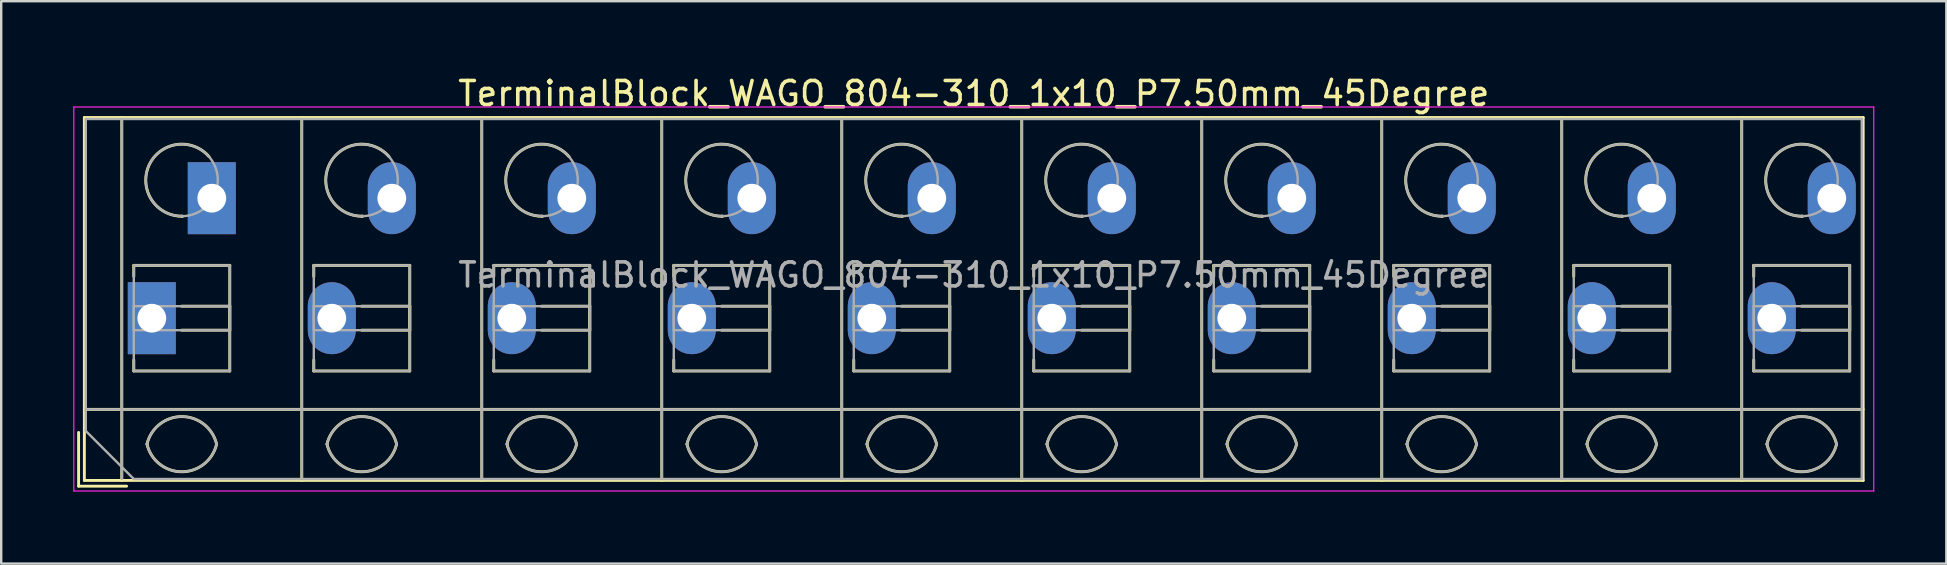
<source format=kicad_pcb>
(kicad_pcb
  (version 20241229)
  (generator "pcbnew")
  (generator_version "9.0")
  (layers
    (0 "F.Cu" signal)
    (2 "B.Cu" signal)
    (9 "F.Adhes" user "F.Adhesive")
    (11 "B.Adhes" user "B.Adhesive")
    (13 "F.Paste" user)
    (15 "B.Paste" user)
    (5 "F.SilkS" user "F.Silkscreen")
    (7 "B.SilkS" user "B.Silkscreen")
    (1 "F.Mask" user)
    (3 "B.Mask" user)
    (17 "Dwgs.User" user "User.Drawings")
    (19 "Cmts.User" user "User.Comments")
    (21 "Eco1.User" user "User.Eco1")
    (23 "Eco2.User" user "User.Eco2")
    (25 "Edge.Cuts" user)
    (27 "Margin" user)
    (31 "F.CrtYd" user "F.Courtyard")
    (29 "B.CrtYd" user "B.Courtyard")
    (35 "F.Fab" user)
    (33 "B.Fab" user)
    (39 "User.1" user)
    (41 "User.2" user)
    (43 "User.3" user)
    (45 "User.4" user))
  (footprint "TerminalBlock_WAGO_804-310_1x10_P7.50mm_45Degree"
    (layer "F.Cu")
    (at 3.275 10.208)
    (property "Reference" "TerminalBlock_WAGO_804-310_1x10_P7.50mm_45Degree" (at 34.25 -9.36 0) (layer "F.SilkS") (effects (font (size 1 1) (thickness 0.15))))
    (attr through_hole)
    (fp_line (start -3.05 4.76) (end -3.05 7) (stroke (width 0.12) (type solid)) (layer "F.SilkS"))
    (fp_line (start -3.05 7) (end -1.05 7) (stroke (width 0.12) (type solid)) (layer "F.SilkS"))
    (fp_line (start -2.81 -8.361) (end -2.81 6.76) (stroke (width 0.12) (type solid)) (layer "F.SilkS"))
    (fp_line (start -2.81 -8.361) (end 71.31 -8.361) (stroke (width 0.12) (type solid)) (layer "F.SilkS"))
    (fp_line (start -2.81 3.8) (end 71.31 3.8) (stroke (width 0.12) (type solid)) (layer "F.SilkS"))
    (fp_line (start -2.81 6.76) (end 71.31 6.76) (stroke (width 0.12) (type solid)) (layer "F.SilkS"))
    (fp_line (start -1.25 -8.361) (end -1.25 6.76) (stroke (width 0.12) (type solid)) (layer "F.SilkS"))
    (fp_line (start -0.75 -2.2) (end -0.75 -1.74) (stroke (width 0.12) (type solid)) (layer "F.SilkS"))
    (fp_line (start -0.75 -2.2) (end 3.25 -2.2) (stroke (width 0.12) (type solid)) (layer "F.SilkS"))
    (fp_line (start -0.75 1.74) (end -0.75 2.2) (stroke (width 0.12) (type solid)) (layer "F.SilkS"))
    (fp_line (start -0.75 2.2) (end 3.25 2.2) (stroke (width 0.12) (type solid)) (layer "F.SilkS"))
    (fp_line (start 1.24 -0.5) (end 3.25 -0.5) (stroke (width 0.12) (type solid)) (layer "F.SilkS"))
    (fp_line (start 1.24 0.5) (end 3.25 0.5) (stroke (width 0.12) (type solid)) (layer "F.SilkS"))
    (fp_line (start 3.25 -2.2) (end 3.25 2.2) (stroke (width 0.12) (type solid)) (layer "F.SilkS"))
    (fp_line (start 3.25 -0.5) (end 3.25 0.5) (stroke (width 0.12) (type solid)) (layer "F.SilkS"))
    (fp_line (start 6.25 -8.361) (end 6.25 6.76) (stroke (width 0.12) (type solid)) (layer "F.SilkS"))
    (fp_line (start 6.75 -2.2) (end 6.75 -1.74) (stroke (width 0.12) (type solid)) (layer "F.SilkS"))
    (fp_line (start 6.75 -2.2) (end 10.75 -2.2) (stroke (width 0.12) (type solid)) (layer "F.SilkS"))
    (fp_line (start 6.75 1.74) (end 6.75 2.2) (stroke (width 0.12) (type solid)) (layer "F.SilkS"))
    (fp_line (start 6.75 2.2) (end 10.75 2.2) (stroke (width 0.12) (type solid)) (layer "F.SilkS"))
    (fp_line (start 8.74 -0.5) (end 10.75 -0.5) (stroke (width 0.12) (type solid)) (layer "F.SilkS"))
    (fp_line (start 8.74 0.5) (end 10.75 0.5) (stroke (width 0.12) (type solid)) (layer "F.SilkS"))
    (fp_line (start 10.75 -2.2) (end 10.75 2.2) (stroke (width 0.12) (type solid)) (layer "F.SilkS"))
    (fp_line (start 10.75 -0.5) (end 10.75 0.5) (stroke (width 0.12) (type solid)) (layer "F.SilkS"))
    (fp_line (start 13.75 -8.361) (end 13.75 6.76) (stroke (width 0.12) (type solid)) (layer "F.SilkS"))
    (fp_line (start 14.25 -2.2) (end 14.25 -1.74) (stroke (width 0.12) (type solid)) (layer "F.SilkS"))
    (fp_line (start 14.25 -2.2) (end 18.25 -2.2) (stroke (width 0.12) (type solid)) (layer "F.SilkS"))
    (fp_line (start 14.25 1.74) (end 14.25 2.2) (stroke (width 0.12) (type solid)) (layer "F.SilkS"))
    (fp_line (start 14.25 2.2) (end 18.25 2.2) (stroke (width 0.12) (type solid)) (layer "F.SilkS"))
    (fp_line (start 16.24 -0.5) (end 18.25 -0.5) (stroke (width 0.12) (type solid)) (layer "F.SilkS"))
    (fp_line (start 16.24 0.5) (end 18.25 0.5) (stroke (width 0.12) (type solid)) (layer "F.SilkS"))
    (fp_line (start 18.25 -2.2) (end 18.25 2.2) (stroke (width 0.12) (type solid)) (layer "F.SilkS"))
    (fp_line (start 18.25 -0.5) (end 18.25 0.5) (stroke (width 0.12) (type solid)) (layer "F.SilkS"))
    (fp_line (start 21.25 -8.361) (end 21.25 6.76) (stroke (width 0.12) (type solid)) (layer "F.SilkS"))
    (fp_line (start 21.75 -2.2) (end 21.75 -1.74) (stroke (width 0.12) (type solid)) (layer "F.SilkS"))
    (fp_line (start 21.75 -2.2) (end 25.75 -2.2) (stroke (width 0.12) (type solid)) (layer "F.SilkS"))
    (fp_line (start 21.75 1.74) (end 21.75 2.2) (stroke (width 0.12) (type solid)) (layer "F.SilkS"))
    (fp_line (start 21.75 2.2) (end 25.75 2.2) (stroke (width 0.12) (type solid)) (layer "F.SilkS"))
    (fp_line (start 23.74 -0.5) (end 25.75 -0.5) (stroke (width 0.12) (type solid)) (layer "F.SilkS"))
    (fp_line (start 23.74 0.5) (end 25.75 0.5) (stroke (width 0.12) (type solid)) (layer "F.SilkS"))
    (fp_line (start 25.75 -2.2) (end 25.75 2.2) (stroke (width 0.12) (type solid)) (layer "F.SilkS"))
    (fp_line (start 25.75 -0.5) (end 25.75 0.5) (stroke (width 0.12) (type solid)) (layer "F.SilkS"))
    (fp_line (start 28.75 -8.361) (end 28.75 6.76) (stroke (width 0.12) (type solid)) (layer "F.SilkS"))
    (fp_line (start 29.25 -2.2) (end 29.25 -1.74) (stroke (width 0.12) (type solid)) (layer "F.SilkS"))
    (fp_line (start 29.25 -2.2) (end 33.25 -2.2) (stroke (width 0.12) (type solid)) (layer "F.SilkS"))
    (fp_line (start 29.25 1.74) (end 29.25 2.2) (stroke (width 0.12) (type solid)) (layer "F.SilkS"))
    (fp_line (start 29.25 2.2) (end 33.25 2.2) (stroke (width 0.12) (type solid)) (layer "F.SilkS"))
    (fp_line (start 31.24 -0.5) (end 33.25 -0.5) (stroke (width 0.12) (type solid)) (layer "F.SilkS"))
    (fp_line (start 31.24 0.5) (end 33.25 0.5) (stroke (width 0.12) (type solid)) (layer "F.SilkS"))
    (fp_line (start 33.25 -2.2) (end 33.25 2.2) (stroke (width 0.12) (type solid)) (layer "F.SilkS"))
    (fp_line (start 33.25 -0.5) (end 33.25 0.5) (stroke (width 0.12) (type solid)) (layer "F.SilkS"))
    (fp_line (start 36.25 -8.361) (end 36.25 6.76) (stroke (width 0.12) (type solid)) (layer "F.SilkS"))
    (fp_line (start 36.75 -2.2) (end 36.75 -1.74) (stroke (width 0.12) (type solid)) (layer "F.SilkS"))
    (fp_line (start 36.75 -2.2) (end 40.75 -2.2) (stroke (width 0.12) (type solid)) (layer "F.SilkS"))
    (fp_line (start 36.75 1.74) (end 36.75 2.2) (stroke (width 0.12) (type solid)) (layer "F.SilkS"))
    (fp_line (start 36.75 2.2) (end 40.75 2.2) (stroke (width 0.12) (type solid)) (layer "F.SilkS"))
    (fp_line (start 38.74 -0.5) (end 40.75 -0.5) (stroke (width 0.12) (type solid)) (layer "F.SilkS"))
    (fp_line (start 38.74 0.5) (end 40.75 0.5) (stroke (width 0.12) (type solid)) (layer "F.SilkS"))
    (fp_line (start 40.75 -2.2) (end 40.75 2.2) (stroke (width 0.12) (type solid)) (layer "F.SilkS"))
    (fp_line (start 40.75 -0.5) (end 40.75 0.5) (stroke (width 0.12) (type solid)) (layer "F.SilkS"))
    (fp_line (start 43.75 -8.361) (end 43.75 6.76) (stroke (width 0.12) (type solid)) (layer "F.SilkS"))
    (fp_line (start 44.25 -2.2) (end 44.25 -1.74) (stroke (width 0.12) (type solid)) (layer "F.SilkS"))
    (fp_line (start 44.25 -2.2) (end 48.25 -2.2) (stroke (width 0.12) (type solid)) (layer "F.SilkS"))
    (fp_line (start 44.25 1.74) (end 44.25 2.2) (stroke (width 0.12) (type solid)) (layer "F.SilkS"))
    (fp_line (start 44.25 2.2) (end 48.25 2.2) (stroke (width 0.12) (type solid)) (layer "F.SilkS"))
    (fp_line (start 46.24 -0.5) (end 48.25 -0.5) (stroke (width 0.12) (type solid)) (layer "F.SilkS"))
    (fp_line (start 46.24 0.5) (end 48.25 0.5) (stroke (width 0.12) (type solid)) (layer "F.SilkS"))
    (fp_line (start 48.25 -2.2) (end 48.25 2.2) (stroke (width 0.12) (type solid)) (layer "F.SilkS"))
    (fp_line (start 48.25 -0.5) (end 48.25 0.5) (stroke (width 0.12) (type solid)) (layer "F.SilkS"))
    (fp_line (start 51.25 -8.361) (end 51.25 6.76) (stroke (width 0.12) (type solid)) (layer "F.SilkS"))
    (fp_line (start 51.75 -2.2) (end 51.75 -1.74) (stroke (width 0.12) (type solid)) (layer "F.SilkS"))
    (fp_line (start 51.75 -2.2) (end 55.75 -2.2) (stroke (width 0.12) (type solid)) (layer "F.SilkS"))
    (fp_line (start 51.75 1.74) (end 51.75 2.2) (stroke (width 0.12) (type solid)) (layer "F.SilkS"))
    (fp_line (start 51.75 2.2) (end 55.75 2.2) (stroke (width 0.12) (type solid)) (layer "F.SilkS"))
    (fp_line (start 53.74 -0.5) (end 55.75 -0.5) (stroke (width 0.12) (type solid)) (layer "F.SilkS"))
    (fp_line (start 53.74 0.5) (end 55.75 0.5) (stroke (width 0.12) (type solid)) (layer "F.SilkS"))
    (fp_line (start 55.75 -2.2) (end 55.75 2.2) (stroke (width 0.12) (type solid)) (layer "F.SilkS"))
    (fp_line (start 55.75 -0.5) (end 55.75 0.5) (stroke (width 0.12) (type solid)) (layer "F.SilkS"))
    (fp_line (start 58.75 -8.361) (end 58.75 6.76) (stroke (width 0.12) (type solid)) (layer "F.SilkS"))
    (fp_line (start 59.25 -2.2) (end 59.25 -1.74) (stroke (width 0.12) (type solid)) (layer "F.SilkS"))
    (fp_line (start 59.25 -2.2) (end 63.25 -2.2) (stroke (width 0.12) (type solid)) (layer "F.SilkS"))
    (fp_line (start 59.25 1.74) (end 59.25 2.2) (stroke (width 0.12) (type solid)) (layer "F.SilkS"))
    (fp_line (start 59.25 2.2) (end 63.25 2.2) (stroke (width 0.12) (type solid)) (layer "F.SilkS"))
    (fp_line (start 61.24 -0.5) (end 63.25 -0.5) (stroke (width 0.12) (type solid)) (layer "F.SilkS"))
    (fp_line (start 61.24 0.5) (end 63.25 0.5) (stroke (width 0.12) (type solid)) (layer "F.SilkS"))
    (fp_line (start 63.25 -2.2) (end 63.25 2.2) (stroke (width 0.12) (type solid)) (layer "F.SilkS"))
    (fp_line (start 63.25 -0.5) (end 63.25 0.5) (stroke (width 0.12) (type solid)) (layer "F.SilkS"))
    (fp_line (start 66.25 -8.361) (end 66.25 6.76) (stroke (width 0.12) (type solid)) (layer "F.SilkS"))
    (fp_line (start 66.75 -2.2) (end 66.75 -1.74) (stroke (width 0.12) (type solid)) (layer "F.SilkS"))
    (fp_line (start 66.75 -2.2) (end 70.75 -2.2) (stroke (width 0.12) (type solid)) (layer "F.SilkS"))
    (fp_line (start 66.75 1.74) (end 66.75 2.2) (stroke (width 0.12) (type solid)) (layer "F.SilkS"))
    (fp_line (start 66.75 2.2) (end 70.75 2.2) (stroke (width 0.12) (type solid)) (layer "F.SilkS"))
    (fp_line (start 68.74 -0.5) (end 70.75 -0.5) (stroke (width 0.12) (type solid)) (layer "F.SilkS"))
    (fp_line (start 68.74 0.5) (end 70.75 0.5) (stroke (width 0.12) (type solid)) (layer "F.SilkS"))
    (fp_line (start 70.75 -2.2) (end 70.75 2.2) (stroke (width 0.12) (type solid)) (layer "F.SilkS"))
    (fp_line (start 70.75 -0.5) (end 70.75 0.5) (stroke (width 0.12) (type solid)) (layer "F.SilkS"))
    (fp_line (start 71.31 -8.361) (end 71.31 6.76) (stroke (width 0.12) (type solid)) (layer "F.SilkS"))
    (fp_arc (start -0.200865 5.250424) (mid 1.250296 4.099926) (end 2.701 5.251) (stroke (width 0.12) (type solid)) (layer "F.SilkS"))
    (fp_arc (start 1.276179 -4.250228) (mid 1.26309 -4.250057) (end 1.25 -4.25) (stroke (width 0.12) (type solid)) (layer "F.SilkS"))
    (fp_arc (start 1.276275 -4.248926) (mid -0.121539 -6.360568) (end 2.383 -6.735) (stroke (width 0.12) (type solid)) (layer "F.SilkS"))
    (fp_arc (start 2.7 5.25) (mid 1.250068 6.400101) (end -0.199969 5.250133) (stroke (width 0.12) (type solid)) (layer "F.SilkS"))
    (fp_arc (start 7.299135 5.250424) (mid 8.750296 4.099926) (end 10.201 5.251) (stroke (width 0.12) (type solid)) (layer "F.SilkS"))
    (fp_arc (start 8.776179 -4.250228) (mid 8.76309 -4.250057) (end 8.75 -4.25) (stroke (width 0.12) (type solid)) (layer "F.SilkS"))
    (fp_arc (start 8.776275 -4.248926) (mid 7.378461 -6.360568) (end 9.883 -6.735) (stroke (width 0.12) (type solid)) (layer "F.SilkS"))
    (fp_arc (start 10.2 5.25) (mid 8.750068 6.400101) (end 7.300031 5.250133) (stroke (width 0.12) (type solid)) (layer "F.SilkS"))
    (fp_arc (start 14.799135 5.250424) (mid 16.250296 4.099926) (end 17.701 5.251) (stroke (width 0.12) (type solid)) (layer "F.SilkS"))
    (fp_arc (start 16.276179 -4.250228) (mid 16.26309 -4.250057) (end 16.25 -4.25) (stroke (width 0.12) (type solid)) (layer "F.SilkS"))
    (fp_arc (start 16.276275 -4.248926) (mid 14.878461 -6.360568) (end 17.383 -6.735) (stroke (width 0.12) (type solid)) (layer "F.SilkS"))
    (fp_arc (start 17.7 5.25) (mid 16.250068 6.400101) (end 14.800031 5.250133) (stroke (width 0.12) (type solid)) (layer "F.SilkS"))
    (fp_arc (start 22.299135 5.250424) (mid 23.750296 4.099926) (end 25.201 5.251) (stroke (width 0.12) (type solid)) (layer "F.SilkS"))
    (fp_arc (start 23.776179 -4.250228) (mid 23.76309 -4.250057) (end 23.75 -4.25) (stroke (width 0.12) (type solid)) (layer "F.SilkS"))
    (fp_arc (start 23.776275 -4.248926) (mid 22.378461 -6.360568) (end 24.883 -6.735) (stroke (width 0.12) (type solid)) (layer "F.SilkS"))
    (fp_arc (start 25.2 5.25) (mid 23.750068 6.400101) (end 22.300031 5.250133) (stroke (width 0.12) (type solid)) (layer "F.SilkS"))
    (fp_arc (start 29.799135 5.250424) (mid 31.250296 4.099926) (end 32.701 5.251) (stroke (width 0.12) (type solid)) (layer "F.SilkS"))
    (fp_arc (start 31.276179 -4.250228) (mid 31.26309 -4.250057) (end 31.25 -4.25) (stroke (width 0.12) (type solid)) (layer "F.SilkS"))
    (fp_arc (start 31.276275 -4.248926) (mid 29.878461 -6.360568) (end 32.383 -6.735) (stroke (width 0.12) (type solid)) (layer "F.SilkS"))
    (fp_arc (start 32.701 5.25) (mid 31.250296 6.401074) (end 29.799135 5.250576) (stroke (width 0.12) (type solid)) (layer "F.SilkS"))
    (fp_arc (start 37.299135 5.250424) (mid 38.750296 4.099926) (end 40.201 5.251) (stroke (width 0.12) (type solid)) (layer "F.SilkS"))
    (fp_arc (start 38.776179 -4.250228) (mid 38.76309 -4.250057) (end 38.75 -4.25) (stroke (width 0.12) (type solid)) (layer "F.SilkS"))
    (fp_arc (start 38.776275 -4.248926) (mid 37.378461 -6.360568) (end 39.883 -6.735) (stroke (width 0.12) (type solid)) (layer "F.SilkS"))
    (fp_arc (start 40.2 5.25) (mid 38.750068 6.400101) (end 37.300031 5.250133) (stroke (width 0.12) (type solid)) (layer "F.SilkS"))
    (fp_arc (start 44.799135 5.250424) (mid 46.250296 4.099926) (end 47.701 5.251) (stroke (width 0.12) (type solid)) (layer "F.SilkS"))
    (fp_arc (start 46.276179 -4.250228) (mid 46.26309 -4.250057) (end 46.25 -4.25) (stroke (width 0.12) (type solid)) (layer "F.SilkS"))
    (fp_arc (start 46.276275 -4.248926) (mid 44.878461 -6.360568) (end 47.383 -6.735) (stroke (width 0.12) (type solid)) (layer "F.SilkS"))
    (fp_arc (start 47.7 5.25) (mid 46.250068 6.400101) (end 44.800031 5.250133) (stroke (width 0.12) (type solid)) (layer "F.SilkS"))
    (fp_arc (start 52.299135 5.250424) (mid 53.750296 4.099926) (end 55.201 5.251) (stroke (width 0.12) (type solid)) (layer "F.SilkS"))
    (fp_arc (start 53.776179 -4.250228) (mid 53.76309 -4.250057) (end 53.75 -4.25) (stroke (width 0.12) (type solid)) (layer "F.SilkS"))
    (fp_arc (start 53.776275 -4.248926) (mid 52.378461 -6.360568) (end 54.883 -6.735) (stroke (width 0.12) (type solid)) (layer "F.SilkS"))
    (fp_arc (start 55.2 5.25) (mid 53.750068 6.400101) (end 52.300031 5.250133) (stroke (width 0.12) (type solid)) (layer "F.SilkS"))
    (fp_arc (start 59.799135 5.250424) (mid 61.250296 4.099926) (end 62.701 5.251) (stroke (width 0.12) (type solid)) (layer "F.SilkS"))
    (fp_arc (start 61.276179 -4.250228) (mid 61.26309 -4.250057) (end 61.25 -4.25) (stroke (width 0.12) (type solid)) (layer "F.SilkS"))
    (fp_arc (start 61.276275 -4.248926) (mid 59.878461 -6.360568) (end 62.383 -6.735) (stroke (width 0.12) (type solid)) (layer "F.SilkS"))
    (fp_arc (start 62.7 5.25) (mid 61.250068 6.400101) (end 59.800031 5.250133) (stroke (width 0.12) (type solid)) (layer "F.SilkS"))
    (fp_arc (start 67.299135 5.250424) (mid 68.750296 4.099926) (end 70.201 5.251) (stroke (width 0.12) (type solid)) (layer "F.SilkS"))
    (fp_arc (start 68.776179 -4.250228) (mid 68.76309 -4.250057) (end 68.75 -4.25) (stroke (width 0.12) (type solid)) (layer "F.SilkS"))
    (fp_arc (start 68.776275 -4.248926) (mid 67.378461 -6.360568) (end 69.883 -6.735) (stroke (width 0.12) (type solid)) (layer "F.SilkS"))
    (fp_arc (start 70.2 5.25) (mid 68.750068 6.400101) (end 67.300031 5.250133) (stroke (width 0.12) (type solid)) (layer "F.SilkS"))
    (fp_line (start -3.25 -8.8) (end -3.25 7.2) (stroke (width 0.05) (type solid)) (layer "F.CrtYd"))
    (fp_line (start -3.25 7.2) (end 71.75 7.2) (stroke (width 0.05) (type solid)) (layer "F.CrtYd"))
    (fp_line (start 71.75 -8.8) (end -3.25 -8.8) (stroke (width 0.05) (type solid)) (layer "F.CrtYd"))
    (fp_line (start 71.75 7.2) (end 71.75 -8.8) (stroke (width 0.05) (type solid)) (layer "F.CrtYd"))
    (fp_line (start -2.75 -8.3) (end 71.25 -8.3) (stroke (width 0.1) (type solid)) (layer "F.Fab"))
    (fp_line (start -2.75 3.8) (end 71.25 3.8) (stroke (width 0.1) (type solid)) (layer "F.Fab"))
    (fp_line (start -2.75 4.7) (end -2.75 -8.3) (stroke (width 0.1) (type solid)) (layer "F.Fab"))
    (fp_line (start -1.25 -8.3) (end -1.25 6.7) (stroke (width 0.1) (type solid)) (layer "F.Fab"))
    (fp_line (start -0.75 -2.2) (end -0.75 2.2) (stroke (width 0.1) (type solid)) (layer "F.Fab"))
    (fp_line (start -0.75 -0.5) (end -0.75 0.5) (stroke (width 0.1) (type solid)) (layer "F.Fab"))
    (fp_line (start -0.75 0.5) (end 3.25 0.5) (stroke (width 0.1) (type solid)) (layer "F.Fab"))
    (fp_line (start -0.75 2.2) (end 3.25 2.2) (stroke (width 0.1) (type solid)) (layer "F.Fab"))
    (fp_line (start -0.75 6.7) (end -2.75 4.7) (stroke (width 0.1) (type solid)) (layer "F.Fab"))
    (fp_line (start 3.25 -2.2) (end -0.75 -2.2) (stroke (width 0.1) (type solid)) (layer "F.Fab"))
    (fp_line (start 3.25 -0.5) (end -0.75 -0.5) (stroke (width 0.1) (type solid)) (layer "F.Fab"))
    (fp_line (start 3.25 0.5) (end 3.25 -0.5) (stroke (width 0.1) (type solid)) (layer "F.Fab"))
    (fp_line (start 3.25 2.2) (end 3.25 -2.2) (stroke (width 0.1) (type solid)) (layer "F.Fab"))
    (fp_line (start 6.25 -8.3) (end 6.25 6.7) (stroke (width 0.1) (type solid)) (layer "F.Fab"))
    (fp_line (start 6.75 -2.2) (end 6.75 2.2) (stroke (width 0.1) (type solid)) (layer "F.Fab"))
    (fp_line (start 6.75 -0.5) (end 6.75 0.5) (stroke (width 0.1) (type solid)) (layer "F.Fab"))
    (fp_line (start 6.75 0.5) (end 10.75 0.5) (stroke (width 0.1) (type solid)) (layer "F.Fab"))
    (fp_line (start 6.75 2.2) (end 10.75 2.2) (stroke (width 0.1) (type solid)) (layer "F.Fab"))
    (fp_line (start 10.75 -2.2) (end 6.75 -2.2) (stroke (width 0.1) (type solid)) (layer "F.Fab"))
    (fp_line (start 10.75 -0.5) (end 6.75 -0.5) (stroke (width 0.1) (type solid)) (layer "F.Fab"))
    (fp_line (start 10.75 0.5) (end 10.75 -0.5) (stroke (width 0.1) (type solid)) (layer "F.Fab"))
    (fp_line (start 10.75 2.2) (end 10.75 -2.2) (stroke (width 0.1) (type solid)) (layer "F.Fab"))
    (fp_line (start 13.75 -8.3) (end 13.75 6.7) (stroke (width 0.1) (type solid)) (layer "F.Fab"))
    (fp_line (start 14.25 -2.2) (end 14.25 2.2) (stroke (width 0.1) (type solid)) (layer "F.Fab"))
    (fp_line (start 14.25 -0.5) (end 14.25 0.5) (stroke (width 0.1) (type solid)) (layer "F.Fab"))
    (fp_line (start 14.25 0.5) (end 18.25 0.5) (stroke (width 0.1) (type solid)) (layer "F.Fab"))
    (fp_line (start 14.25 2.2) (end 18.25 2.2) (stroke (width 0.1) (type solid)) (layer "F.Fab"))
    (fp_line (start 18.25 -2.2) (end 14.25 -2.2) (stroke (width 0.1) (type solid)) (layer "F.Fab"))
    (fp_line (start 18.25 -0.5) (end 14.25 -0.5) (stroke (width 0.1) (type solid)) (layer "F.Fab"))
    (fp_line (start 18.25 0.5) (end 18.25 -0.5) (stroke (width 0.1) (type solid)) (layer "F.Fab"))
    (fp_line (start 18.25 2.2) (end 18.25 -2.2) (stroke (width 0.1) (type solid)) (layer "F.Fab"))
    (fp_line (start 21.25 -8.3) (end 21.25 6.7) (stroke (width 0.1) (type solid)) (layer "F.Fab"))
    (fp_line (start 21.75 -2.2) (end 21.75 2.2) (stroke (width 0.1) (type solid)) (layer "F.Fab"))
    (fp_line (start 21.75 -0.5) (end 21.75 0.5) (stroke (width 0.1) (type solid)) (layer "F.Fab"))
    (fp_line (start 21.75 0.5) (end 25.75 0.5) (stroke (width 0.1) (type solid)) (layer "F.Fab"))
    (fp_line (start 21.75 2.2) (end 25.75 2.2) (stroke (width 0.1) (type solid)) (layer "F.Fab"))
    (fp_line (start 25.75 -2.2) (end 21.75 -2.2) (stroke (width 0.1) (type solid)) (layer "F.Fab"))
    (fp_line (start 25.75 -0.5) (end 21.75 -0.5) (stroke (width 0.1) (type solid)) (layer "F.Fab"))
    (fp_line (start 25.75 0.5) (end 25.75 -0.5) (stroke (width 0.1) (type solid)) (layer "F.Fab"))
    (fp_line (start 25.75 2.2) (end 25.75 -2.2) (stroke (width 0.1) (type solid)) (layer "F.Fab"))
    (fp_line (start 28.75 -8.3) (end 28.75 6.7) (stroke (width 0.1) (type solid)) (layer "F.Fab"))
    (fp_line (start 29.25 -2.2) (end 29.25 2.2) (stroke (width 0.1) (type solid)) (layer "F.Fab"))
    (fp_line (start 29.25 -0.5) (end 29.25 0.5) (stroke (width 0.1) (type solid)) (layer "F.Fab"))
    (fp_line (start 29.25 0.5) (end 33.25 0.5) (stroke (width 0.1) (type solid)) (layer "F.Fab"))
    (fp_line (start 29.25 2.2) (end 33.25 2.2) (stroke (width 0.1) (type solid)) (layer "F.Fab"))
    (fp_line (start 33.25 -2.2) (end 29.25 -2.2) (stroke (width 0.1) (type solid)) (layer "F.Fab"))
    (fp_line (start 33.25 -0.5) (end 29.25 -0.5) (stroke (width 0.1) (type solid)) (layer "F.Fab"))
    (fp_line (start 33.25 0.5) (end 33.25 -0.5) (stroke (width 0.1) (type solid)) (layer "F.Fab"))
    (fp_line (start 33.25 2.2) (end 33.25 -2.2) (stroke (width 0.1) (type solid)) (layer "F.Fab"))
    (fp_line (start 36.25 -8.3) (end 36.25 6.7) (stroke (width 0.1) (type solid)) (layer "F.Fab"))
    (fp_line (start 36.75 -2.2) (end 36.75 2.2) (stroke (width 0.1) (type solid)) (layer "F.Fab"))
    (fp_line (start 36.75 -0.5) (end 36.75 0.5) (stroke (width 0.1) (type solid)) (layer "F.Fab"))
    (fp_line (start 36.75 0.5) (end 40.75 0.5) (stroke (width 0.1) (type solid)) (layer "F.Fab"))
    (fp_line (start 36.75 2.2) (end 40.75 2.2) (stroke (width 0.1) (type solid)) (layer "F.Fab"))
    (fp_line (start 40.75 -2.2) (end 36.75 -2.2) (stroke (width 0.1) (type solid)) (layer "F.Fab"))
    (fp_line (start 40.75 -0.5) (end 36.75 -0.5) (stroke (width 0.1) (type solid)) (layer "F.Fab"))
    (fp_line (start 40.75 0.5) (end 40.75 -0.5) (stroke (width 0.1) (type solid)) (layer "F.Fab"))
    (fp_line (start 40.75 2.2) (end 40.75 -2.2) (stroke (width 0.1) (type solid)) (layer "F.Fab"))
    (fp_line (start 43.75 -8.3) (end 43.75 6.7) (stroke (width 0.1) (type solid)) (layer "F.Fab"))
    (fp_line (start 44.25 -2.2) (end 44.25 2.2) (stroke (width 0.1) (type solid)) (layer "F.Fab"))
    (fp_line (start 44.25 -0.5) (end 44.25 0.5) (stroke (width 0.1) (type solid)) (layer "F.Fab"))
    (fp_line (start 44.25 0.5) (end 48.25 0.5) (stroke (width 0.1) (type solid)) (layer "F.Fab"))
    (fp_line (start 44.25 2.2) (end 48.25 2.2) (stroke (width 0.1) (type solid)) (layer "F.Fab"))
    (fp_line (start 48.25 -2.2) (end 44.25 -2.2) (stroke (width 0.1) (type solid)) (layer "F.Fab"))
    (fp_line (start 48.25 -0.5) (end 44.25 -0.5) (stroke (width 0.1) (type solid)) (layer "F.Fab"))
    (fp_line (start 48.25 0.5) (end 48.25 -0.5) (stroke (width 0.1) (type solid)) (layer "F.Fab"))
    (fp_line (start 48.25 2.2) (end 48.25 -2.2) (stroke (width 0.1) (type solid)) (layer "F.Fab"))
    (fp_line (start 51.25 -8.3) (end 51.25 6.7) (stroke (width 0.1) (type solid)) (layer "F.Fab"))
    (fp_line (start 51.75 -2.2) (end 51.75 2.2) (stroke (width 0.1) (type solid)) (layer "F.Fab"))
    (fp_line (start 51.75 -0.5) (end 51.75 0.5) (stroke (width 0.1) (type solid)) (layer "F.Fab"))
    (fp_line (start 51.75 0.5) (end 55.75 0.5) (stroke (width 0.1) (type solid)) (layer "F.Fab"))
    (fp_line (start 51.75 2.2) (end 55.75 2.2) (stroke (width 0.1) (type solid)) (layer "F.Fab"))
    (fp_line (start 55.75 -2.2) (end 51.75 -2.2) (stroke (width 0.1) (type solid)) (layer "F.Fab"))
    (fp_line (start 55.75 -0.5) (end 51.75 -0.5) (stroke (width 0.1) (type solid)) (layer "F.Fab"))
    (fp_line (start 55.75 0.5) (end 55.75 -0.5) (stroke (width 0.1) (type solid)) (layer "F.Fab"))
    (fp_line (start 55.75 2.2) (end 55.75 -2.2) (stroke (width 0.1) (type solid)) (layer "F.Fab"))
    (fp_line (start 58.75 -8.3) (end 58.75 6.7) (stroke (width 0.1) (type solid)) (layer "F.Fab"))
    (fp_line (start 59.25 -2.2) (end 59.25 2.2) (stroke (width 0.1) (type solid)) (layer "F.Fab"))
    (fp_line (start 59.25 -0.5) (end 59.25 0.5) (stroke (width 0.1) (type solid)) (layer "F.Fab"))
    (fp_line (start 59.25 0.5) (end 63.25 0.5) (stroke (width 0.1) (type solid)) (layer "F.Fab"))
    (fp_line (start 59.25 2.2) (end 63.25 2.2) (stroke (width 0.1) (type solid)) (layer "F.Fab"))
    (fp_line (start 63.25 -2.2) (end 59.25 -2.2) (stroke (width 0.1) (type solid)) (layer "F.Fab"))
    (fp_line (start 63.25 -0.5) (end 59.25 -0.5) (stroke (width 0.1) (type solid)) (layer "F.Fab"))
    (fp_line (start 63.25 0.5) (end 63.25 -0.5) (stroke (width 0.1) (type solid)) (layer "F.Fab"))
    (fp_line (start 63.25 2.2) (end 63.25 -2.2) (stroke (width 0.1) (type solid)) (layer "F.Fab"))
    (fp_line (start 66.25 -8.3) (end 66.25 6.7) (stroke (width 0.1) (type solid)) (layer "F.Fab"))
    (fp_line (start 66.75 -2.2) (end 66.75 2.2) (stroke (width 0.1) (type solid)) (layer "F.Fab"))
    (fp_line (start 66.75 -0.5) (end 66.75 0.5) (stroke (width 0.1) (type solid)) (layer "F.Fab"))
    (fp_line (start 66.75 0.5) (end 70.75 0.5) (stroke (width 0.1) (type solid)) (layer "F.Fab"))
    (fp_line (start 66.75 2.2) (end 70.75 2.2) (stroke (width 0.1) (type solid)) (layer "F.Fab"))
    (fp_line (start 70.75 -2.2) (end 66.75 -2.2) (stroke (width 0.1) (type solid)) (layer "F.Fab"))
    (fp_line (start 70.75 -0.5) (end 66.75 -0.5) (stroke (width 0.1) (type solid)) (layer "F.Fab"))
    (fp_line (start 70.75 0.5) (end 70.75 -0.5) (stroke (width 0.1) (type solid)) (layer "F.Fab"))
    (fp_line (start 70.75 2.2) (end 70.75 -2.2) (stroke (width 0.1) (type solid)) (layer "F.Fab"))
    (fp_line (start 71.25 -8.3) (end 71.25 6.7) (stroke (width 0.1) (type solid)) (layer "F.Fab"))
    (fp_line (start 71.25 6.7) (end -0.75 6.7) (stroke (width 0.1) (type solid)) (layer "F.Fab"))
    (fp_arc (start -0.200865 5.250424) (mid 1.250296 4.099926) (end 2.701 5.251) (stroke (width 0.1) (type solid)) (layer "F.Fab"))
    (fp_arc (start 2.7 5.25) (mid 1.250068 6.400101) (end -0.199969 5.250133) (stroke (width 0.1) (type solid)) (layer "F.Fab"))
    (fp_arc (start 7.299135 5.250424) (mid 8.750296 4.099926) (end 10.201 5.251) (stroke (width 0.1) (type solid)) (layer "F.Fab"))
    (fp_arc (start 10.2 5.25) (mid 8.750068 6.400101) (end 7.300031 5.250133) (stroke (width 0.1) (type solid)) (layer "F.Fab"))
    (fp_arc (start 14.799135 5.250424) (mid 16.250296 4.099926) (end 17.701 5.251) (stroke (width 0.1) (type solid)) (layer "F.Fab"))
    (fp_arc (start 17.7 5.25) (mid 16.250068 6.400101) (end 14.800031 5.250133) (stroke (width 0.1) (type solid)) (layer "F.Fab"))
    (fp_arc (start 22.299135 5.250424) (mid 23.750296 4.099926) (end 25.201 5.251) (stroke (width 0.1) (type solid)) (layer "F.Fab"))
    (fp_arc (start 25.2 5.25) (mid 23.750068 6.400101) (end 22.300031 5.250133) (stroke (width 0.1) (type solid)) (layer "F.Fab"))
    (fp_arc (start 29.799135 5.250424) (mid 31.250296 4.099926) (end 32.701 5.251) (stroke (width 0.1) (type solid)) (layer "F.Fab"))
    (fp_arc (start 32.701 5.25) (mid 31.250296 6.401074) (end 29.799135 5.250576) (stroke (width 0.1) (type solid)) (layer "F.Fab"))
    (fp_arc (start 37.299135 5.250424) (mid 38.750296 4.099926) (end 40.201 5.251) (stroke (width 0.1) (type solid)) (layer "F.Fab"))
    (fp_arc (start 40.2 5.25) (mid 38.750068 6.400101) (end 37.300031 5.250133) (stroke (width 0.1) (type solid)) (layer "F.Fab"))
    (fp_arc (start 44.799135 5.250424) (mid 46.250296 4.099926) (end 47.701 5.251) (stroke (width 0.1) (type solid)) (layer "F.Fab"))
    (fp_arc (start 47.7 5.25) (mid 46.250068 6.400101) (end 44.800031 5.250133) (stroke (width 0.1) (type solid)) (layer "F.Fab"))
    (fp_arc (start 52.299135 5.250424) (mid 53.750296 4.099926) (end 55.201 5.251) (stroke (width 0.1) (type solid)) (layer "F.Fab"))
    (fp_arc (start 55.2 5.25) (mid 53.750068 6.400101) (end 52.300031 5.250133) (stroke (width 0.1) (type solid)) (layer "F.Fab"))
    (fp_arc (start 59.799135 5.250424) (mid 61.250296 4.099926) (end 62.701 5.251) (stroke (width 0.1) (type solid)) (layer "F.Fab"))
    (fp_arc (start 62.7 5.25) (mid 61.250068 6.400101) (end 59.800031 5.250133) (stroke (width 0.1) (type solid)) (layer "F.Fab"))
    (fp_arc (start 67.299135 5.250424) (mid 68.750296 4.099926) (end 70.201 5.251) (stroke (width 0.1) (type solid)) (layer "F.Fab"))
    (fp_arc (start 70.2 5.25) (mid 68.750068 6.400101) (end 67.300031 5.250133) (stroke (width 0.1) (type solid)) (layer "F.Fab"))
    (fp_circle (center 1.25 -5.75) (end 2.75 -5.75) (stroke (width 0.1) (type solid)) (fill no) (layer "F.Fab"))
    (fp_circle (center 8.75 -5.75) (end 10.25 -5.75) (stroke (width 0.1) (type solid)) (fill no) (layer "F.Fab"))
    (fp_circle (center 16.25 -5.75) (end 17.75 -5.75) (stroke (width 0.1) (type solid)) (fill no) (layer "F.Fab"))
    (fp_circle (center 23.75 -5.75) (end 25.25 -5.75) (stroke (width 0.1) (type solid)) (fill no) (layer "F.Fab"))
    (fp_circle (center 31.25 -5.75) (end 32.75 -5.75) (stroke (width 0.1) (type solid)) (fill no) (layer "F.Fab"))
    (fp_circle (center 38.75 -5.75) (end 40.25 -5.75) (stroke (width 0.1) (type solid)) (fill no) (layer "F.Fab"))
    (fp_circle (center 46.25 -5.75) (end 47.75 -5.75) (stroke (width 0.1) (type solid)) (fill no) (layer "F.Fab"))
    (fp_circle (center 53.75 -5.75) (end 55.25 -5.75) (stroke (width 0.1) (type solid)) (fill no) (layer "F.Fab"))
    (fp_circle (center 61.25 -5.75) (end 62.75 -5.75) (stroke (width 0.1) (type solid)) (fill no) (layer "F.Fab"))
    (fp_circle (center 68.75 -5.75) (end 70.25 -5.75) (stroke (width 0.1) (type solid)) (fill no) (layer "F.Fab"))
    (fp_text user "${REFERENCE}" (at 34.25 -1.8 0) (layer "F.Fab") (effects (font (size 1 1) (thickness 0.15))))
    (pad "1" thru_hole rect (at 0 0) (size 2 3) (drill 1.2) (layers "*.Cu" "*.Mask"))
    (pad "1" thru_hole rect (at 2.5 -5) (size 2 3) (drill 1.2) (layers "*.Cu" "*.Mask"))
    (pad "2" thru_hole oval (at 7.5 0) (size 2 3) (drill 1.2) (layers "*.Cu" "*.Mask"))
    (pad "2" thru_hole oval (at 10 -5) (size 2 3) (drill 1.2) (layers "*.Cu" "*.Mask"))
    (pad "3" thru_hole oval (at 15 0) (size 2 3) (drill 1.2) (layers "*.Cu" "*.Mask"))
    (pad "3" thru_hole oval (at 17.5 -5) (size 2 3) (drill 1.2) (layers "*.Cu" "*.Mask"))
    (pad "4" thru_hole oval (at 22.5 0) (size 2 3) (drill 1.2) (layers "*.Cu" "*.Mask"))
    (pad "4" thru_hole oval (at 25 -5) (size 2 3) (drill 1.2) (layers "*.Cu" "*.Mask"))
    (pad "5" thru_hole oval (at 30 0) (size 2 3) (drill 1.2) (layers "*.Cu" "*.Mask"))
    (pad "5" thru_hole oval (at 32.5 -5) (size 2 3) (drill 1.2) (layers "*.Cu" "*.Mask"))
    (pad "6" thru_hole oval (at 37.5 0) (size 2 3) (drill 1.2) (layers "*.Cu" "*.Mask"))
    (pad "6" thru_hole oval (at 40 -5) (size 2 3) (drill 1.2) (layers "*.Cu" "*.Mask"))
    (pad "7" thru_hole oval (at 45 0) (size 2 3) (drill 1.2) (layers "*.Cu" "*.Mask"))
    (pad "7" thru_hole oval (at 47.5 -5) (size 2 3) (drill 1.2) (layers "*.Cu" "*.Mask"))
    (pad "8" thru_hole oval (at 52.5 0) (size 2 3) (drill 1.2) (layers "*.Cu" "*.Mask"))
    (pad "8" thru_hole oval (at 55 -5) (size 2 3) (drill 1.2) (layers "*.Cu" "*.Mask"))
    (pad "9" thru_hole oval (at 60 0) (size 2 3) (drill 1.2) (layers "*.Cu" "*.Mask"))
    (pad "9" thru_hole oval (at 62.5 -5) (size 2 3) (drill 1.2) (layers "*.Cu" "*.Mask"))
    (pad "10" thru_hole oval (at 67.5 0) (size 2 3) (drill 1.2) (layers "*.Cu" "*.Mask"))
    (pad "10" thru_hole oval (at 70 -5) (size 2 3) (drill 1.2) (layers "*.Cu" "*.Mask")))
  (gr_rect
    (start -3 -3)
    (end 78.05 20.433)
    (stroke (width 0.1) (type default))
    (fill no)
    (layer "Edge.Cuts")))
</source>
